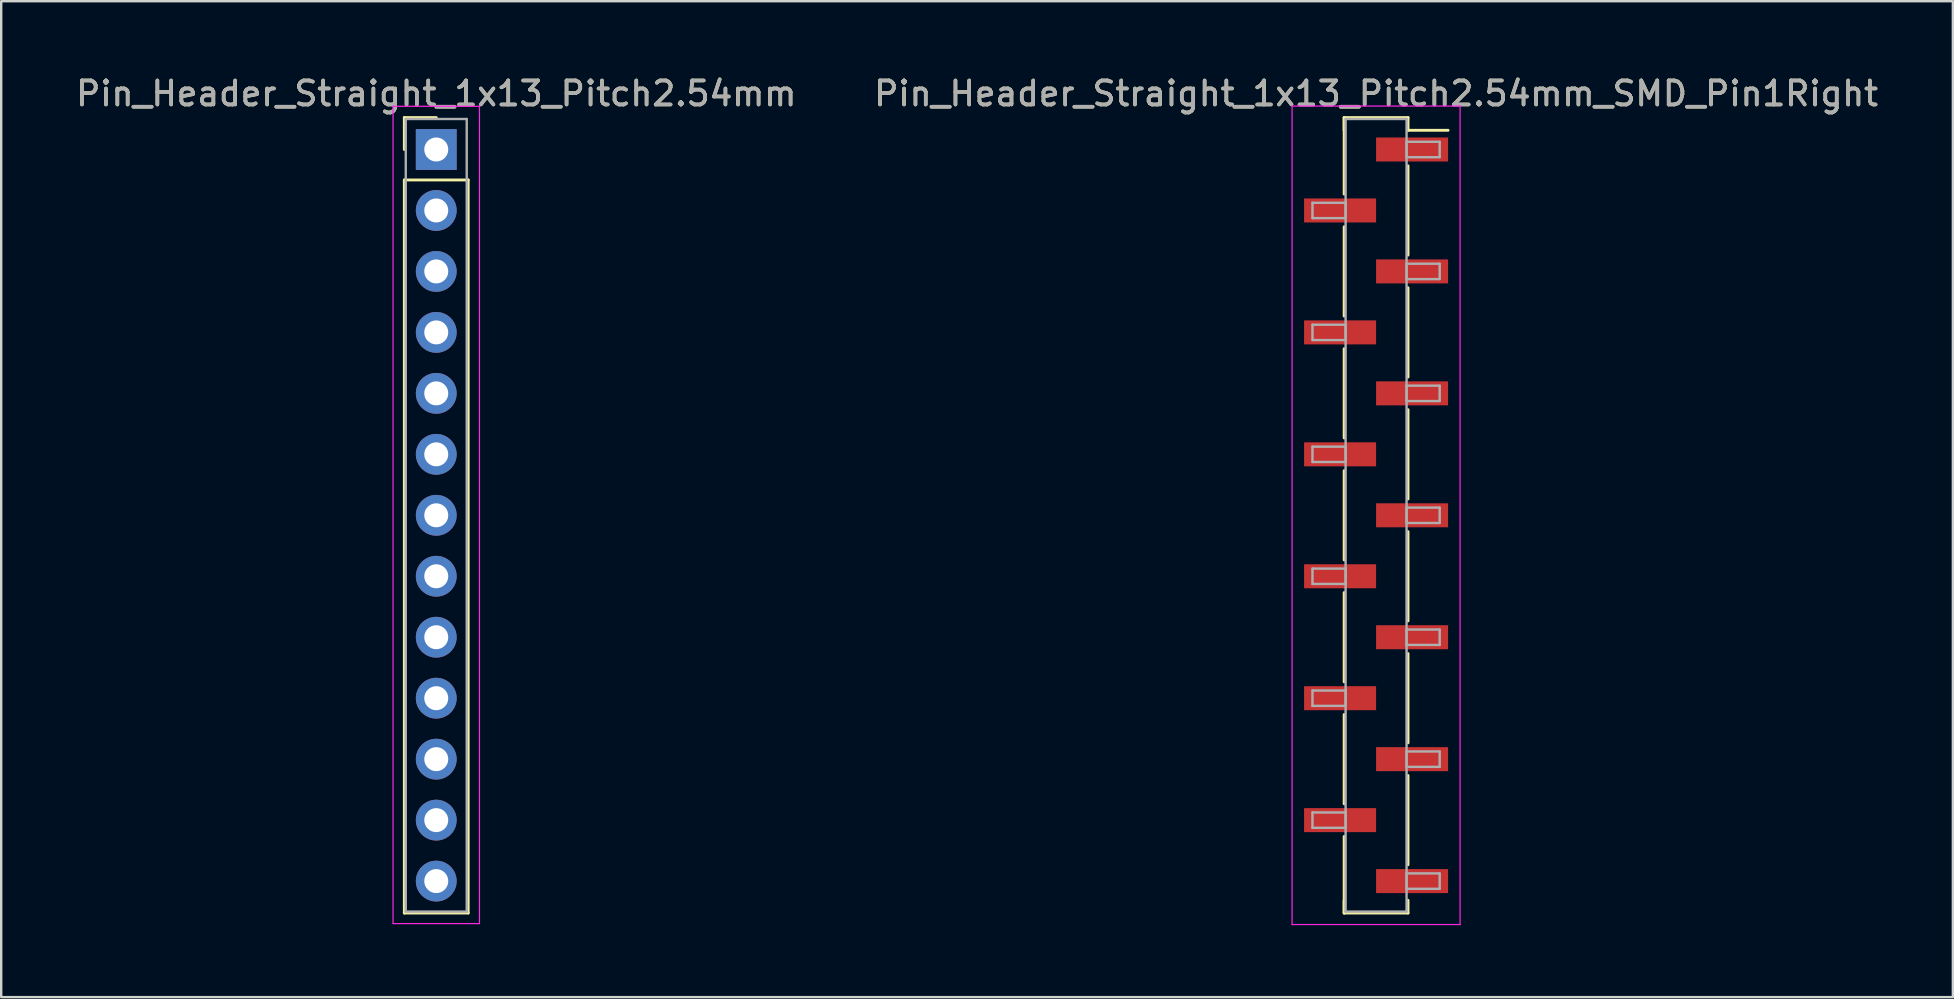
<source format=kicad_pcb>
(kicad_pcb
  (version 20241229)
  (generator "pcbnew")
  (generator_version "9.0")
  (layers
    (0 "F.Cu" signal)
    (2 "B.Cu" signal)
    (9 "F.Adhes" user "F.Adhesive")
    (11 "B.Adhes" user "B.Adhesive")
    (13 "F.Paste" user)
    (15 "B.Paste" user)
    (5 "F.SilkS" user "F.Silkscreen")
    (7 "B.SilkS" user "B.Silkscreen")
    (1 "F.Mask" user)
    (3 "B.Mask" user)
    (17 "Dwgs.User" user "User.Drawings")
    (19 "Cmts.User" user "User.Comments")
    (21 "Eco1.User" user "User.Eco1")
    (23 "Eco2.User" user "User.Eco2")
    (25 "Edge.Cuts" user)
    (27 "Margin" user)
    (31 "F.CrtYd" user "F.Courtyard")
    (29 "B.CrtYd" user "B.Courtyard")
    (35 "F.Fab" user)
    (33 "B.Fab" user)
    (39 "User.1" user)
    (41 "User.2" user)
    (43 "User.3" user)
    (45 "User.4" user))
  (footprint "Pin_Header_Straight_1x13_Pitch2.54mm"
    (layer "F.Cu")
    (at 15.125 3.178)
    (property "Reference" "Pin_Header_Straight_1x13_Pitch2.54mm" (at 0 -2.33 0) (layer "F.SilkS") (effects (font (size 1 1) (thickness 0.15))))
    (attr through_hole)
    (fp_line (start -1.33 -1.33) (end 0 -1.33) (stroke (width 0.12) (type solid)) (layer "F.SilkS"))
    (fp_line (start -1.33 0) (end -1.33 -1.33) (stroke (width 0.12) (type solid)) (layer "F.SilkS"))
    (fp_line (start -1.33 1.27) (end -1.33 31.81) (stroke (width 0.12) (type solid)) (layer "F.SilkS"))
    (fp_line (start -1.33 31.81) (end 1.33 31.81) (stroke (width 0.12) (type solid)) (layer "F.SilkS"))
    (fp_line (start 1.33 1.27) (end -1.33 1.27) (stroke (width 0.12) (type solid)) (layer "F.SilkS"))
    (fp_line (start 1.33 31.81) (end 1.33 1.27) (stroke (width 0.12) (type solid)) (layer "F.SilkS"))
    (fp_line (start -1.8 -1.8) (end -1.8 32.25) (stroke (width 0.05) (type solid)) (layer "F.CrtYd"))
    (fp_line (start -1.8 32.25) (end 1.8 32.25) (stroke (width 0.05) (type solid)) (layer "F.CrtYd"))
    (fp_line (start 1.8 -1.8) (end -1.8 -1.8) (stroke (width 0.05) (type solid)) (layer "F.CrtYd"))
    (fp_line (start 1.8 32.25) (end 1.8 -1.8) (stroke (width 0.05) (type solid)) (layer "F.CrtYd"))
    (fp_line (start -1.27 -1.27) (end -1.27 31.75) (stroke (width 0.1) (type solid)) (layer "F.Fab"))
    (fp_line (start -1.27 31.75) (end 1.27 31.75) (stroke (width 0.1) (type solid)) (layer "F.Fab"))
    (fp_line (start 1.27 -1.27) (end -1.27 -1.27) (stroke (width 0.1) (type solid)) (layer "F.Fab"))
    (fp_line (start 1.27 31.75) (end 1.27 -1.27) (stroke (width 0.1) (type solid)) (layer "F.Fab"))
    (fp_text user "${REFERENCE}" (at 0 -2.33 0) (layer "F.Fab") (effects (font (size 1 1) (thickness 0.15))))
    (pad "1" thru_hole rect (at 0 0) (size 1.7 1.7) (drill 1) (layers "*.Cu" "*.Mask"))
    (pad "2" thru_hole oval (at 0 2.54) (size 1.7 1.7) (drill 1) (layers "*.Cu" "*.Mask"))
    (pad "3" thru_hole oval (at 0 5.08) (size 1.7 1.7) (drill 1) (layers "*.Cu" "*.Mask"))
    (pad "4" thru_hole oval (at 0 7.62) (size 1.7 1.7) (drill 1) (layers "*.Cu" "*.Mask"))
    (pad "5" thru_hole oval (at 0 10.16) (size 1.7 1.7) (drill 1) (layers "*.Cu" "*.Mask"))
    (pad "6" thru_hole oval (at 0 12.7) (size 1.7 1.7) (drill 1) (layers "*.Cu" "*.Mask"))
    (pad "7" thru_hole oval (at 0 15.24) (size 1.7 1.7) (drill 1) (layers "*.Cu" "*.Mask"))
    (pad "8" thru_hole oval (at 0 17.78) (size 1.7 1.7) (drill 1) (layers "*.Cu" "*.Mask"))
    (pad "9" thru_hole oval (at 0 20.32) (size 1.7 1.7) (drill 1) (layers "*.Cu" "*.Mask"))
    (pad "10" thru_hole oval (at 0 22.86) (size 1.7 1.7) (drill 1) (layers "*.Cu" "*.Mask"))
    (pad "11" thru_hole oval (at 0 25.4) (size 1.7 1.7) (drill 1) (layers "*.Cu" "*.Mask"))
    (pad "12" thru_hole oval (at 0 27.94) (size 1.7 1.7) (drill 1) (layers "*.Cu" "*.Mask"))
    (pad "13" thru_hole oval (at 0 30.48) (size 1.7 1.7) (drill 1) (layers "*.Cu" "*.Mask")))
  (footprint "Pin_Header_Straight_1x13_Pitch2.54mm_SMD_Pin1Right"
    (layer "F.Cu")
    (at 54.28 18.418)
    (property "Reference" "Pin_Header_Straight_1x13_Pitch2.54mm_SMD_Pin1Right" (at 0 -17.57 0) (layer "F.SilkS") (effects (font (size 1 1) (thickness 0.15))))
    (attr smd)
    (fp_line (start -1.33 -16.57) (end -1.33 -13.38) (stroke (width 0.12) (type solid)) (layer "F.SilkS"))
    (fp_line (start -1.33 -16.57) (end 1.33 -16.57) (stroke (width 0.12) (type solid)) (layer "F.SilkS"))
    (fp_line (start -1.33 -16.04) (end -1.33 -16.57) (stroke (width 0.12) (type solid)) (layer "F.SilkS"))
    (fp_line (start -1.33 -12.02) (end -1.33 -8.3) (stroke (width 0.12) (type solid)) (layer "F.SilkS"))
    (fp_line (start -1.33 -6.94) (end -1.33 -3.22) (stroke (width 0.12) (type solid)) (layer "F.SilkS"))
    (fp_line (start -1.33 -1.86) (end -1.33 1.86) (stroke (width 0.12) (type solid)) (layer "F.SilkS"))
    (fp_line (start -1.33 3.22) (end -1.33 6.94) (stroke (width 0.12) (type solid)) (layer "F.SilkS"))
    (fp_line (start -1.33 8.3) (end -1.33 12.02) (stroke (width 0.12) (type solid)) (layer "F.SilkS"))
    (fp_line (start -1.33 13.38) (end -1.33 16.57) (stroke (width 0.12) (type solid)) (layer "F.SilkS"))
    (fp_line (start -1.33 16.04) (end -1.33 16.57) (stroke (width 0.12) (type solid)) (layer "F.SilkS"))
    (fp_line (start -1.33 16.57) (end 1.33 16.57) (stroke (width 0.12) (type solid)) (layer "F.SilkS"))
    (fp_line (start 1.33 -16.57) (end 1.33 -16.04) (stroke (width 0.12) (type solid)) (layer "F.SilkS"))
    (fp_line (start 1.33 -16.04) (end 3 -16.04) (stroke (width 0.12) (type solid)) (layer "F.SilkS"))
    (fp_line (start 1.33 -14.56) (end 1.33 -10.84) (stroke (width 0.12) (type solid)) (layer "F.SilkS"))
    (fp_line (start 1.33 -9.48) (end 1.33 -5.76) (stroke (width 0.12) (type solid)) (layer "F.SilkS"))
    (fp_line (start 1.33 -4.4) (end 1.33 -0.68) (stroke (width 0.12) (type solid)) (layer "F.SilkS"))
    (fp_line (start 1.33 0.68) (end 1.33 4.4) (stroke (width 0.12) (type solid)) (layer "F.SilkS"))
    (fp_line (start 1.33 5.76) (end 1.33 9.48) (stroke (width 0.12) (type solid)) (layer "F.SilkS"))
    (fp_line (start 1.33 10.84) (end 1.33 14.56) (stroke (width 0.12) (type solid)) (layer "F.SilkS"))
    (fp_line (start 1.33 16.57) (end 1.33 16.04) (stroke (width 0.12) (type solid)) (layer "F.SilkS"))
    (fp_line (start -3.5 -17.05) (end -3.5 17.05) (stroke (width 0.05) (type solid)) (layer "F.CrtYd"))
    (fp_line (start -3.5 17.05) (end 3.5 17.05) (stroke (width 0.05) (type solid)) (layer "F.CrtYd"))
    (fp_line (start 3.5 -17.05) (end -3.5 -17.05) (stroke (width 0.05) (type solid)) (layer "F.CrtYd"))
    (fp_line (start 3.5 17.05) (end 3.5 -17.05) (stroke (width 0.05) (type solid)) (layer "F.CrtYd"))
    (fp_line (start -2.65 -13.02) (end -1.27 -13.02) (stroke (width 0.1) (type solid)) (layer "F.Fab"))
    (fp_line (start -2.65 -12.38) (end -2.65 -13.02) (stroke (width 0.1) (type solid)) (layer "F.Fab"))
    (fp_line (start -2.65 -7.94) (end -1.27 -7.94) (stroke (width 0.1) (type solid)) (layer "F.Fab"))
    (fp_line (start -2.65 -7.3) (end -2.65 -7.94) (stroke (width 0.1) (type solid)) (layer "F.Fab"))
    (fp_line (start -2.65 -2.86) (end -1.27 -2.86) (stroke (width 0.1) (type solid)) (layer "F.Fab"))
    (fp_line (start -2.65 -2.22) (end -2.65 -2.86) (stroke (width 0.1) (type solid)) (layer "F.Fab"))
    (fp_line (start -2.65 2.22) (end -1.27 2.22) (stroke (width 0.1) (type solid)) (layer "F.Fab"))
    (fp_line (start -2.65 2.86) (end -2.65 2.22) (stroke (width 0.1) (type solid)) (layer "F.Fab"))
    (fp_line (start -2.65 7.3) (end -1.27 7.3) (stroke (width 0.1) (type solid)) (layer "F.Fab"))
    (fp_line (start -2.65 7.94) (end -2.65 7.3) (stroke (width 0.1) (type solid)) (layer "F.Fab"))
    (fp_line (start -2.65 12.38) (end -1.27 12.38) (stroke (width 0.1) (type solid)) (layer "F.Fab"))
    (fp_line (start -2.65 13.02) (end -2.65 12.38) (stroke (width 0.1) (type solid)) (layer "F.Fab"))
    (fp_line (start -1.27 -16.51) (end -1.27 16.51) (stroke (width 0.1) (type solid)) (layer "F.Fab"))
    (fp_line (start -1.27 -13.02) (end -1.27 -12.38) (stroke (width 0.1) (type solid)) (layer "F.Fab"))
    (fp_line (start -1.27 -12.38) (end -2.65 -12.38) (stroke (width 0.1) (type solid)) (layer "F.Fab"))
    (fp_line (start -1.27 -7.94) (end -1.27 -7.3) (stroke (width 0.1) (type solid)) (layer "F.Fab"))
    (fp_line (start -1.27 -7.3) (end -2.65 -7.3) (stroke (width 0.1) (type solid)) (layer "F.Fab"))
    (fp_line (start -1.27 -2.86) (end -1.27 -2.22) (stroke (width 0.1) (type solid)) (layer "F.Fab"))
    (fp_line (start -1.27 -2.22) (end -2.65 -2.22) (stroke (width 0.1) (type solid)) (layer "F.Fab"))
    (fp_line (start -1.27 2.22) (end -1.27 2.86) (stroke (width 0.1) (type solid)) (layer "F.Fab"))
    (fp_line (start -1.27 2.86) (end -2.65 2.86) (stroke (width 0.1) (type solid)) (layer "F.Fab"))
    (fp_line (start -1.27 7.3) (end -1.27 7.94) (stroke (width 0.1) (type solid)) (layer "F.Fab"))
    (fp_line (start -1.27 7.94) (end -2.65 7.94) (stroke (width 0.1) (type solid)) (layer "F.Fab"))
    (fp_line (start -1.27 12.38) (end -1.27 13.02) (stroke (width 0.1) (type solid)) (layer "F.Fab"))
    (fp_line (start -1.27 13.02) (end -2.65 13.02) (stroke (width 0.1) (type solid)) (layer "F.Fab"))
    (fp_line (start -1.27 16.51) (end 1.27 16.51) (stroke (width 0.1) (type solid)) (layer "F.Fab"))
    (fp_line (start 1.27 -16.51) (end -1.27 -16.51) (stroke (width 0.1) (type solid)) (layer "F.Fab"))
    (fp_line (start 1.27 -15.56) (end 1.27 -14.92) (stroke (width 0.1) (type solid)) (layer "F.Fab"))
    (fp_line (start 1.27 -14.92) (end 2.65 -14.92) (stroke (width 0.1) (type solid)) (layer "F.Fab"))
    (fp_line (start 1.27 -10.48) (end 1.27 -9.84) (stroke (width 0.1) (type solid)) (layer "F.Fab"))
    (fp_line (start 1.27 -9.84) (end 2.65 -9.84) (stroke (width 0.1) (type solid)) (layer "F.Fab"))
    (fp_line (start 1.27 -5.4) (end 1.27 -4.76) (stroke (width 0.1) (type solid)) (layer "F.Fab"))
    (fp_line (start 1.27 -4.76) (end 2.65 -4.76) (stroke (width 0.1) (type solid)) (layer "F.Fab"))
    (fp_line (start 1.27 -0.32) (end 1.27 0.32) (stroke (width 0.1) (type solid)) (layer "F.Fab"))
    (fp_line (start 1.27 0.32) (end 2.65 0.32) (stroke (width 0.1) (type solid)) (layer "F.Fab"))
    (fp_line (start 1.27 4.76) (end 1.27 5.4) (stroke (width 0.1) (type solid)) (layer "F.Fab"))
    (fp_line (start 1.27 5.4) (end 2.65 5.4) (stroke (width 0.1) (type solid)) (layer "F.Fab"))
    (fp_line (start 1.27 9.84) (end 1.27 10.48) (stroke (width 0.1) (type solid)) (layer "F.Fab"))
    (fp_line (start 1.27 10.48) (end 2.65 10.48) (stroke (width 0.1) (type solid)) (layer "F.Fab"))
    (fp_line (start 1.27 14.92) (end 1.27 15.56) (stroke (width 0.1) (type solid)) (layer "F.Fab"))
    (fp_line (start 1.27 15.56) (end 2.65 15.56) (stroke (width 0.1) (type solid)) (layer "F.Fab"))
    (fp_line (start 1.27 16.51) (end 1.27 -16.51) (stroke (width 0.1) (type solid)) (layer "F.Fab"))
    (fp_line (start 2.65 -15.56) (end 1.27 -15.56) (stroke (width 0.1) (type solid)) (layer "F.Fab"))
    (fp_line (start 2.65 -14.92) (end 2.65 -15.56) (stroke (width 0.1) (type solid)) (layer "F.Fab"))
    (fp_line (start 2.65 -10.48) (end 1.27 -10.48) (stroke (width 0.1) (type solid)) (layer "F.Fab"))
    (fp_line (start 2.65 -9.84) (end 2.65 -10.48) (stroke (width 0.1) (type solid)) (layer "F.Fab"))
    (fp_line (start 2.65 -5.4) (end 1.27 -5.4) (stroke (width 0.1) (type solid)) (layer "F.Fab"))
    (fp_line (start 2.65 -4.76) (end 2.65 -5.4) (stroke (width 0.1) (type solid)) (layer "F.Fab"))
    (fp_line (start 2.65 -0.32) (end 1.27 -0.32) (stroke (width 0.1) (type solid)) (layer "F.Fab"))
    (fp_line (start 2.65 0.32) (end 2.65 -0.32) (stroke (width 0.1) (type solid)) (layer "F.Fab"))
    (fp_line (start 2.65 4.76) (end 1.27 4.76) (stroke (width 0.1) (type solid)) (layer "F.Fab"))
    (fp_line (start 2.65 5.4) (end 2.65 4.76) (stroke (width 0.1) (type solid)) (layer "F.Fab"))
    (fp_line (start 2.65 9.84) (end 1.27 9.84) (stroke (width 0.1) (type solid)) (layer "F.Fab"))
    (fp_line (start 2.65 10.48) (end 2.65 9.84) (stroke (width 0.1) (type solid)) (layer "F.Fab"))
    (fp_line (start 2.65 14.92) (end 1.27 14.92) (stroke (width 0.1) (type solid)) (layer "F.Fab"))
    (fp_line (start 2.65 15.56) (end 2.65 14.92) (stroke (width 0.1) (type solid)) (layer "F.Fab"))
    (fp_text user "${REFERENCE}" (at 0 -17.57 0) (layer "F.Fab") (effects (font (size 1 1) (thickness 0.15))))
    (pad "1" smd rect (at 1.5 -15.24) (size 3 1) (layers "F.Cu" "F.Mask" "F.Paste"))
    (pad "2" smd rect (at -1.5 -12.7) (size 3 1) (layers "F.Cu" "F.Mask" "F.Paste"))
    (pad "3" smd rect (at 1.5 -10.16) (size 3 1) (layers "F.Cu" "F.Mask" "F.Paste"))
    (pad "4" smd rect (at -1.5 -7.62) (size 3 1) (layers "F.Cu" "F.Mask" "F.Paste"))
    (pad "5" smd rect (at 1.5 -5.08) (size 3 1) (layers "F.Cu" "F.Mask" "F.Paste"))
    (pad "6" smd rect (at -1.5 -2.54) (size 3 1) (layers "F.Cu" "F.Mask" "F.Paste"))
    (pad "7" smd rect (at 1.5 0) (size 3 1) (layers "F.Cu" "F.Mask" "F.Paste"))
    (pad "8" smd rect (at -1.5 2.54) (size 3 1) (layers "F.Cu" "F.Mask" "F.Paste"))
    (pad "9" smd rect (at 1.5 5.08) (size 3 1) (layers "F.Cu" "F.Mask" "F.Paste"))
    (pad "10" smd rect (at -1.5 7.62) (size 3 1) (layers "F.Cu" "F.Mask" "F.Paste"))
    (pad "11" smd rect (at 1.5 10.16) (size 3 1) (layers "F.Cu" "F.Mask" "F.Paste"))
    (pad "12" smd rect (at -1.5 12.7) (size 3 1) (layers "F.Cu" "F.Mask" "F.Paste"))
    (pad "13" smd rect (at 1.5 15.24) (size 3 1) (layers "F.Cu" "F.Mask" "F.Paste")))
  (gr_rect
    (start -3 -3)
    (end 78.31 38.493)
    (stroke (width 0.1) (type default))
    (fill no)
    (layer "Edge.Cuts")))
</source>
